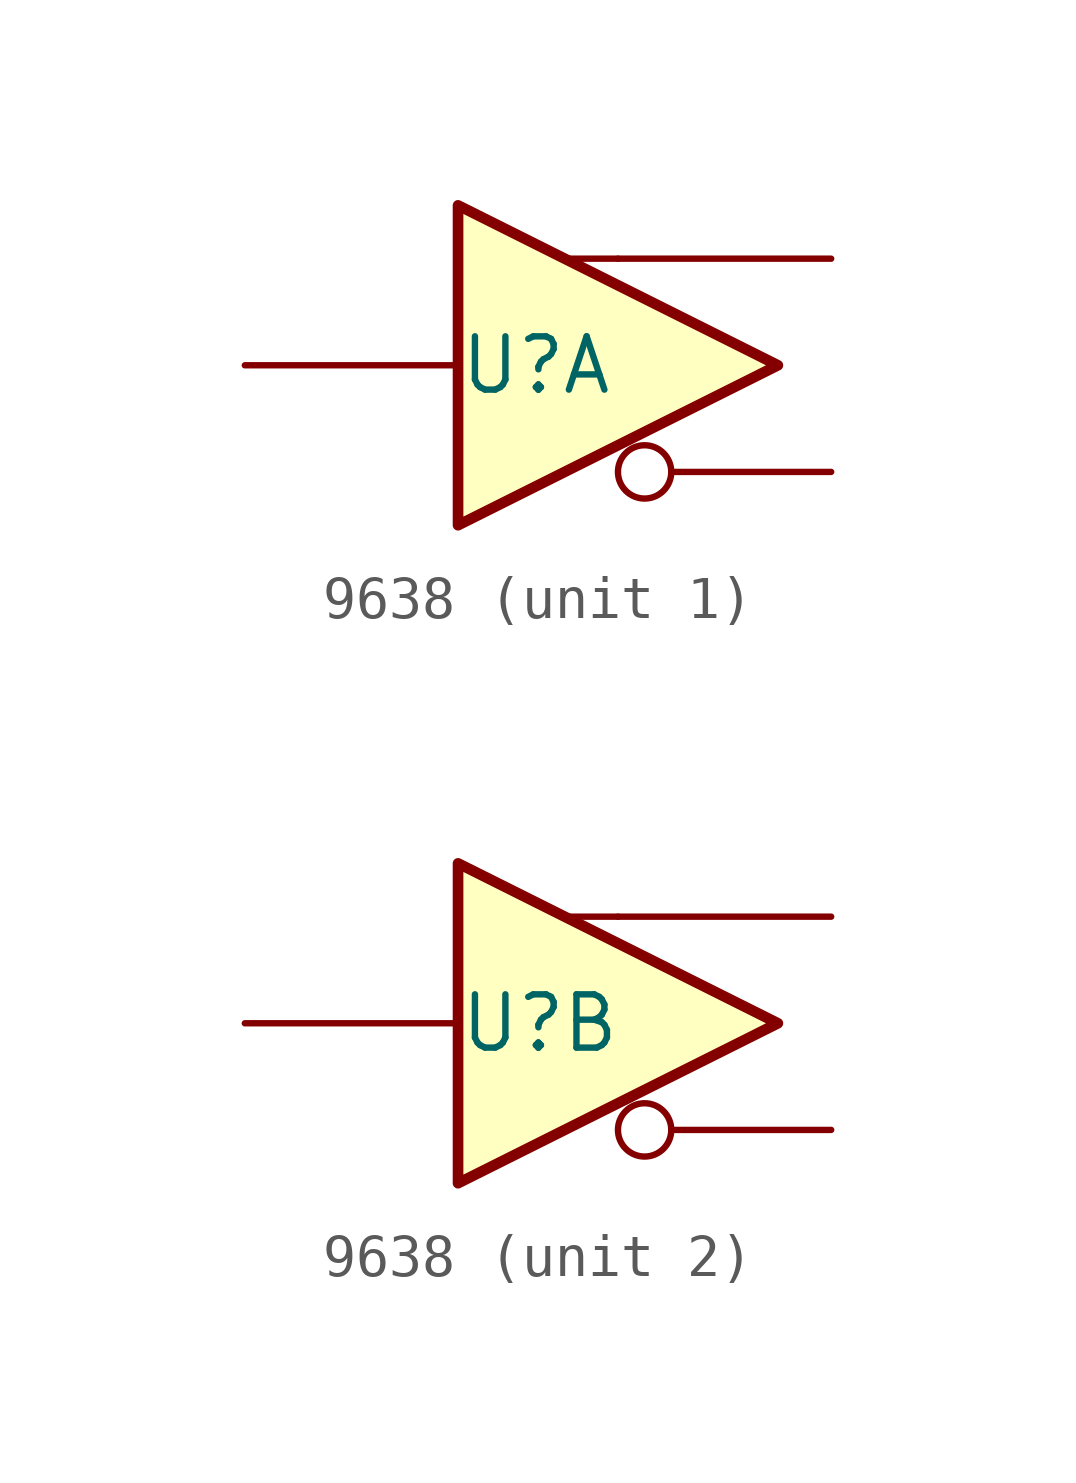
<source format=kicad_sym>
(kicad_symbol_lib
  (version 20211014)
  (generator kicad_symbol_editor)
  (symbol "9638"
    (property "Reference" "U"
      (at -2.54 0 0)
      (effects (font (size 1.27 1.27)) (justify left)))
    (symbol "9638_0_1"
      (polyline (pts (xy 1.27 2.54) (xy 0 2.54)) (stroke (width 0) (type default) (color 0 0 0 0)) (fill (type none))))
    (symbol "9638_1_0"
      (polyline (pts (xy -2.54 3.81) (xy -2.54 -3.81) (xy 5.08 0) (xy -2.54 3.81)) (stroke (width 0.254) (type default) (color 0 0 0 0)) (fill (type background))))
    (symbol "9638_1_1"
      (pin passive line (at -7.62 0 0) (length 5.08) (name "" (effects (font (size 1.27 1.27)))) (number "" (effects (font (size 1.27 1.27)))))
      (pin passive inverted (at 6.35 -2.54 180) (length 5.08) (name "" (effects (font (size 1.27 1.27)))) (number "" (effects (font (size 1.27 1.27)))))
      (pin passive line (at 6.35 2.54 180) (length 5.08) (name "" (effects (font (size 1.27 1.27)))) (number "" (effects (font (size 1.27 1.27))))))
    (symbol "9638_2_0"
      (polyline (pts (xy -2.54 3.81) (xy -2.54 -3.81) (xy 5.08 0) (xy -2.54 3.81)) (stroke (width 0.254) (type default) (color 0 0 0 0)) (fill (type background))))
    (symbol "9638_2_1"
      (pin passive line (at -7.62 0 0) (length 5.08) (name "" (effects (font (size 1.27 1.27)))) (number "" (effects (font (size 1.27 1.27)))))
      (pin passive inverted (at 6.35 -2.54 180) (length 5.08) (name "" (effects (font (size 1.27 1.27)))) (number "" (effects (font (size 1.27 1.27)))))
      (pin passive line (at 6.35 2.54 180) (length 5.08) (name "" (effects (font (size 1.27 1.27)))) (number "" (effects (font (size 1.27 1.27))))))))
</source>
